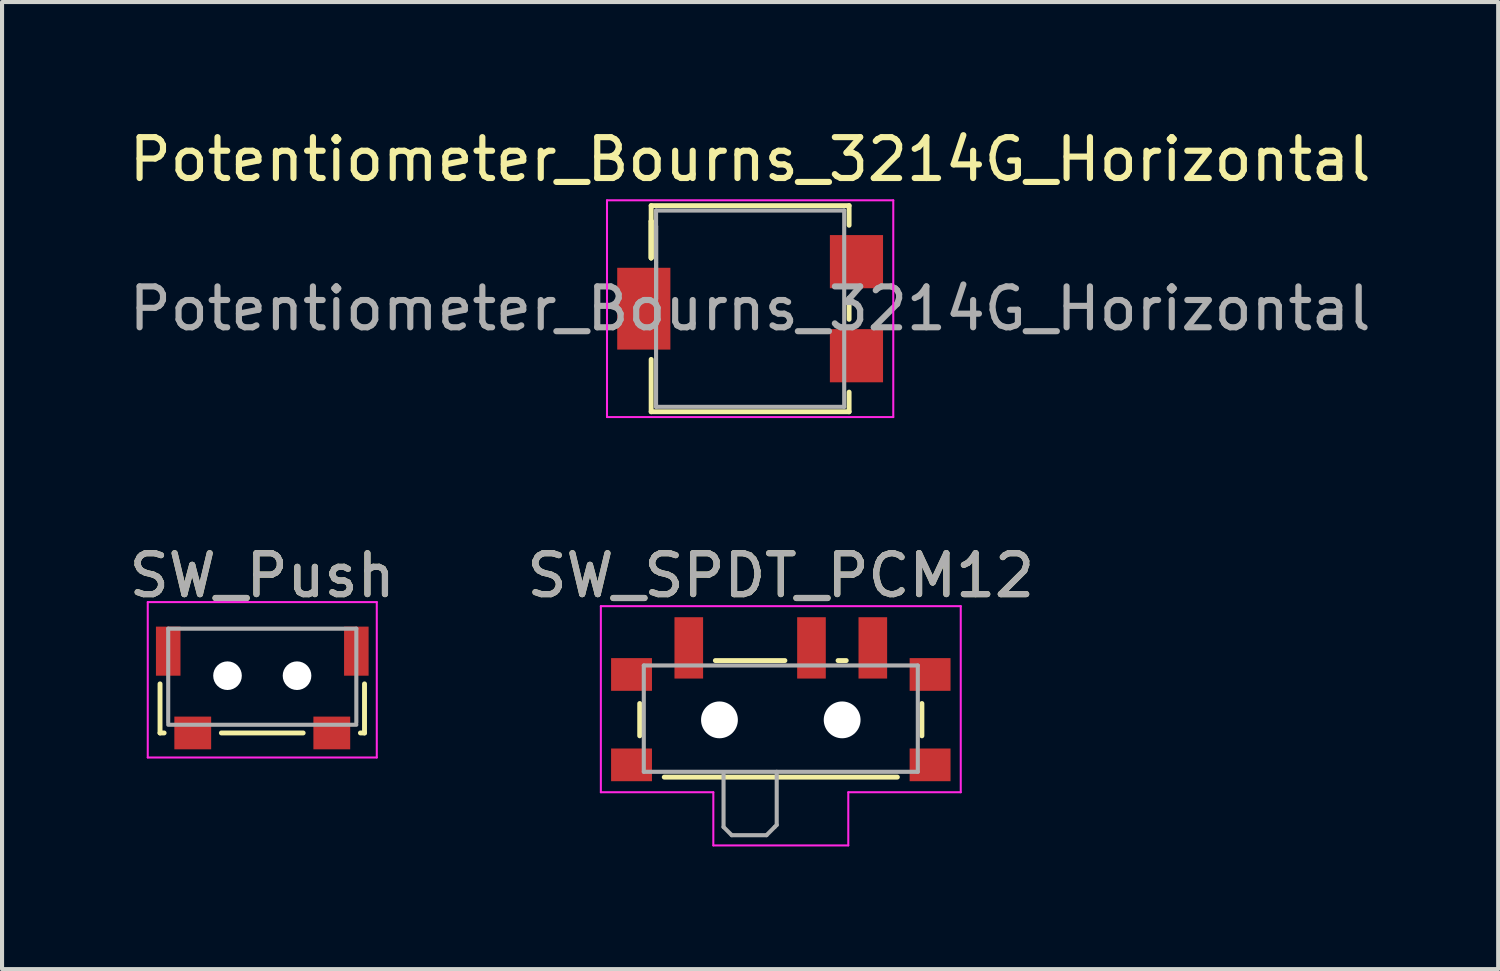
<source format=kicad_pcb>
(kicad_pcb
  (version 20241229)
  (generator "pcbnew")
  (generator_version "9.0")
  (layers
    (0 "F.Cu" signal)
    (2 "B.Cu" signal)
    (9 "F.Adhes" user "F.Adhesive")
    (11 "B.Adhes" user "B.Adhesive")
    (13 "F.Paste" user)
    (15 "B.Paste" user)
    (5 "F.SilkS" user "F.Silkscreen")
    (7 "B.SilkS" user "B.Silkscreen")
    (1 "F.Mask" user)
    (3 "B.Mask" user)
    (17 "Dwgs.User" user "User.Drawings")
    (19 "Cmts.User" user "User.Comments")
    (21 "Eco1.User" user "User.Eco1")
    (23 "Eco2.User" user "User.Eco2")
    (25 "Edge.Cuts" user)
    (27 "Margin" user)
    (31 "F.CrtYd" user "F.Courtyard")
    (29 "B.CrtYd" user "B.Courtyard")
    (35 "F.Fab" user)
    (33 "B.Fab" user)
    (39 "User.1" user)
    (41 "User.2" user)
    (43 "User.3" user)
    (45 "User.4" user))
  (footprint "SW_SPDT_PCM12"
    (layer "F.Cu")
    (at 16.042 14.222)
    (property "Reference" "SW_SPDT_PCM12" (at 0 -3.2 0) (layer "F.SilkS") (effects (font (size 1 1) (thickness 0.15))))
    (attr smd)
    (fp_line (start -3.45 -0.07) (end -3.45 0.72) (stroke (width 0.12) (type solid)) (layer "F.SilkS"))
    (fp_line (start -2.85 1.73) (end 2.85 1.73) (stroke (width 0.12) (type solid)) (layer "F.SilkS"))
    (fp_line (start -1.6 -1.12) (end 0.1 -1.12) (stroke (width 0.12) (type solid)) (layer "F.SilkS"))
    (fp_line (start 1.4 -1.12) (end 1.6 -1.12) (stroke (width 0.12) (type solid)) (layer "F.SilkS"))
    (fp_line (start 3.45 0.72) (end 3.45 -0.07) (stroke (width 0.12) (type solid)) (layer "F.SilkS"))
    (fp_line (start -4.4 -2.45) (end 4.4 -2.45) (stroke (width 0.05) (type solid)) (layer "F.CrtYd"))
    (fp_line (start -4.4 2.1) (end -4.4 -2.45) (stroke (width 0.05) (type solid)) (layer "F.CrtYd"))
    (fp_line (start -1.65 2.1) (end -4.4 2.1) (stroke (width 0.05) (type solid)) (layer "F.CrtYd"))
    (fp_line (start -1.65 3.4) (end -1.65 2.1) (stroke (width 0.05) (type solid)) (layer "F.CrtYd"))
    (fp_line (start 1.65 2.1) (end 1.65 3.4) (stroke (width 0.05) (type solid)) (layer "F.CrtYd"))
    (fp_line (start 1.65 3.4) (end -1.65 3.4) (stroke (width 0.05) (type solid)) (layer "F.CrtYd"))
    (fp_line (start 4.4 -2.45) (end 4.4 2.1) (stroke (width 0.05) (type solid)) (layer "F.CrtYd"))
    (fp_line (start 4.4 2.1) (end 1.65 2.1) (stroke (width 0.05) (type solid)) (layer "F.CrtYd"))
    (fp_line (start -3.35 -1) (end -3.35 1.6) (stroke (width 0.1) (type solid)) (layer "F.Fab"))
    (fp_line (start -3.35 1.6) (end 3.35 1.6) (stroke (width 0.1) (type solid)) (layer "F.Fab"))
    (fp_line (start -1.4 1.65) (end -1.4 2.95) (stroke (width 0.1) (type solid)) (layer "F.Fab"))
    (fp_line (start -1.4 2.95) (end -1.2 3.15) (stroke (width 0.1) (type solid)) (layer "F.Fab"))
    (fp_line (start -1.2 3.15) (end -0.35 3.15) (stroke (width 0.1) (type solid)) (layer "F.Fab"))
    (fp_line (start -0.35 3.15) (end -0.15 2.95) (stroke (width 0.1) (type solid)) (layer "F.Fab"))
    (fp_line (start -0.15 2.95) (end -0.1 2.9) (stroke (width 0.1) (type solid)) (layer "F.Fab"))
    (fp_line (start -0.1 2.9) (end -0.1 1.6) (stroke (width 0.1) (type solid)) (layer "F.Fab"))
    (fp_line (start 3.35 -1) (end -3.35 -1) (stroke (width 0.1) (type solid)) (layer "F.Fab"))
    (fp_line (start 3.35 1.6) (end 3.35 -1) (stroke (width 0.1) (type solid)) (layer "F.Fab"))
    (fp_text user "${REFERENCE}" (at 0 -3.2 0) (layer "F.Fab") (effects (font (size 1 1) (thickness 0.15))))
    (pad "" smd rect (at -3.65 -0.78) (size 1 0.8) (layers "F.Cu" "F.Mask" "F.Paste"))
    (pad "" smd rect (at -3.65 1.43) (size 1 0.8) (layers "F.Cu" "F.Mask" "F.Paste"))
    (pad "" np_thru_hole circle (at -1.5 0.33) (size 0.9 0.9) (drill 0.9) (layers "*.Cu" "*.Mask"))
    (pad "" np_thru_hole circle (at 1.5 0.33) (size 0.9 0.9) (drill 0.9) (layers "*.Cu" "*.Mask"))
    (pad "" smd rect (at 3.65 -0.78) (size 1 0.8) (layers "F.Cu" "F.Mask" "F.Paste"))
    (pad "" smd rect (at 3.65 1.43) (size 1 0.8) (layers "F.Cu" "F.Mask" "F.Paste"))
    (pad "1" smd rect (at -2.25 -1.43) (size 0.7 1.5) (layers "F.Cu" "F.Mask" "F.Paste"))
    (pad "2" smd rect (at 0.75 -1.43) (size 0.7 1.5) (layers "F.Cu" "F.Mask" "F.Paste"))
    (pad "3" smd rect (at 2.25 -1.43) (size 0.7 1.5) (layers "F.Cu" "F.Mask" "F.Paste")))
  (footprint "SW_Push"
    (layer "F.Cu")
    (at 3.363 13.472)
    (property "Reference" "SW_Push" (at 0 -2.45 0) (layer "F.SilkS") (effects (font (size 1 1) (thickness 0.15))))
    (attr smd)
    (fp_line (start -2.5 1.4) (end -2.5 0.2) (stroke (width 0.12) (type solid)) (layer "F.SilkS"))
    (fp_line (start -2.5 1.4) (end -2.4 1.4) (stroke (width 0.12) (type solid)) (layer "F.SilkS"))
    (fp_line (start -1 1.4) (end 1 1.4) (stroke (width 0.12) (type default)) (layer "F.SilkS"))
    (fp_line (start 2.5 1.4) (end 2.4 1.4) (stroke (width 0.12) (type default)) (layer "F.SilkS"))
    (fp_line (start 2.5 1.4) (end 2.5 0.2) (stroke (width 0.12) (type solid)) (layer "F.SilkS"))
    (fp_line (start -2.8 -1.8) (end 2.8 -1.8) (stroke (width 0.05) (type solid)) (layer "F.CrtYd"))
    (fp_line (start -2.8 2) (end -2.8 -1.8) (stroke (width 0.05) (type solid)) (layer "F.CrtYd"))
    (fp_line (start 2.8 -1.8) (end 2.8 2) (stroke (width 0.05) (type solid)) (layer "F.CrtYd"))
    (fp_line (start 2.8 2) (end -2.8 2) (stroke (width 0.05) (type solid)) (layer "F.CrtYd"))
    (fp_line (start -2.3 -1.15) (end 2.3 -1.15) (stroke (width 0.1) (type solid)) (layer "F.Fab"))
    (fp_line (start -2.3 1.15) (end -2.3 -1.15) (stroke (width 0.1) (type solid)) (layer "F.Fab"))
    (fp_line (start 2.3 -1.15) (end 2.3 1.15) (stroke (width 0.1) (type solid)) (layer "F.Fab"))
    (fp_line (start 2.3 1.2) (end -2.3 1.2) (stroke (width 0.1) (type solid)) (layer "F.Fab"))
    (fp_text user "${REFERENCE}" (at 0 -2.45 0) (layer "F.Fab") (effects (font (size 1 1) (thickness 0.15))))
    (pad "" smd rect (at -2.3 -0.6) (size 0.6 1.2) (layers "F.Cu" "F.Mask" "F.Paste"))
    (pad "" np_thru_hole circle (at -0.85 0) (size 0.7 0.7) (drill 0.9) (layers "*.Cu" "*.Mask"))
    (pad "" np_thru_hole circle (at 0.85 0) (size 0.7 0.7) (drill 0.9) (layers "*.Cu" "*.Mask"))
    (pad "" smd rect (at 2.3 -0.6) (size 0.6 1.2) (layers "F.Cu" "F.Mask" "F.Paste"))
    (pad "1" smd rect (at -1.7 1.4) (size 0.9 0.8) (layers "F.Cu" "F.Mask" "F.Paste"))
    (pad "2" smd rect (at 1.7 1.4) (size 0.9 0.8) (layers "F.Cu" "F.Mask" "F.Paste")))
  (footprint "Potentiometer_Bourns_3214G_Horizontal"
    (layer "F.Cu")
    (at 15.292 4.498)
    (property "Reference" "Potentiometer_Bourns_3214G_Horizontal" (at 0 -3.65 0) (layer "F.SilkS") (effects (font (size 1 1) (thickness 0.15))))
    (attr smd)
    (fp_line (start -2.42 -2.52) (end -2.42 -1.24) (stroke (width 0.12) (type solid)) (layer "F.SilkS"))
    (fp_line (start -2.42 -2.52) (end 2.42 -2.52) (stroke (width 0.12) (type solid)) (layer "F.SilkS"))
    (fp_line (start -2.42 -2.14) (end -2.42 -2.14) (stroke (width 0.12) (type solid)) (layer "F.SilkS"))
    (fp_line (start -2.42 -2.14) (end -2.42 -1.24) (stroke (width 0.12) (type solid)) (layer "F.SilkS"))
    (fp_line (start -2.42 -2.14) (end -2.42 -1.24) (stroke (width 0.12) (type solid)) (layer "F.SilkS"))
    (fp_line (start -2.42 1.24) (end -2.42 2.52) (stroke (width 0.12) (type solid)) (layer "F.SilkS"))
    (fp_line (start -2.42 2.52) (end 2.42 2.52) (stroke (width 0.12) (type solid)) (layer "F.SilkS"))
    (fp_line (start 2.42 -2.52) (end 2.42 -2.04) (stroke (width 0.12) (type solid)) (layer "F.SilkS"))
    (fp_line (start 2.42 -0.26) (end 2.42 0.26) (stroke (width 0.12) (type solid)) (layer "F.SilkS"))
    (fp_line (start 2.42 2.04) (end 2.42 2.52) (stroke (width 0.12) (type solid)) (layer "F.SilkS"))
    (fp_line (start -3.5 -2.65) (end -3.5 2.65) (stroke (width 0.05) (type solid)) (layer "F.CrtYd"))
    (fp_line (start -3.5 2.65) (end 3.5 2.65) (stroke (width 0.05) (type solid)) (layer "F.CrtYd"))
    (fp_line (start 3.5 -2.65) (end -3.5 -2.65) (stroke (width 0.05) (type solid)) (layer "F.CrtYd"))
    (fp_line (start 3.5 2.65) (end 3.5 -2.65) (stroke (width 0.05) (type solid)) (layer "F.CrtYd"))
    (fp_line (start -2.3 -2.4) (end -2.3 2.4) (stroke (width 0.1) (type solid)) (layer "F.Fab"))
    (fp_line (start -2.3 -2.02) (end -2.3 -2.02) (stroke (width 0.1) (type solid)) (layer "F.Fab"))
    (fp_line (start -2.3 -2.02) (end -2.3 -0.24) (stroke (width 0.1) (type solid)) (layer "F.Fab"))
    (fp_line (start -2.3 -1.13) (end -2.3 -1.13) (stroke (width 0.1) (type solid)) (layer "F.Fab"))
    (fp_line (start -2.3 -0.24) (end -2.3 -2.02) (stroke (width 0.1) (type solid)) (layer "F.Fab"))
    (fp_line (start -2.3 -0.24) (end -2.3 -0.24) (stroke (width 0.1) (type solid)) (layer "F.Fab"))
    (fp_line (start -2.3 2.4) (end 2.3 2.4) (stroke (width 0.1) (type solid)) (layer "F.Fab"))
    (fp_line (start 2.3 -2.4) (end -2.3 -2.4) (stroke (width 0.1) (type solid)) (layer "F.Fab"))
    (fp_line (start 2.3 2.4) (end 2.3 -2.4) (stroke (width 0.1) (type solid)) (layer "F.Fab"))
    (fp_text user "${REFERENCE}" (at 0 0 0) (layer "F.Fab") (effects (font (size 1 1) (thickness 0.15))))
    (pad "1" smd rect (at 2.6 -1.15) (size 1.3 1.3) (layers "F.Cu" "F.Mask" "F.Paste"))
    (pad "2" smd rect (at -2.6 0) (size 1.3 2) (layers "F.Cu" "F.Mask" "F.Paste"))
    (pad "3" smd rect (at 2.6 1.15) (size 1.3 1.3) (layers "F.Cu" "F.Mask" "F.Paste")))
  (gr_rect
    (start -3 -3)
    (end 33.583 20.646)
    (stroke (width 0.1) (type default))
    (fill no)
    (layer "Edge.Cuts")))
</source>
